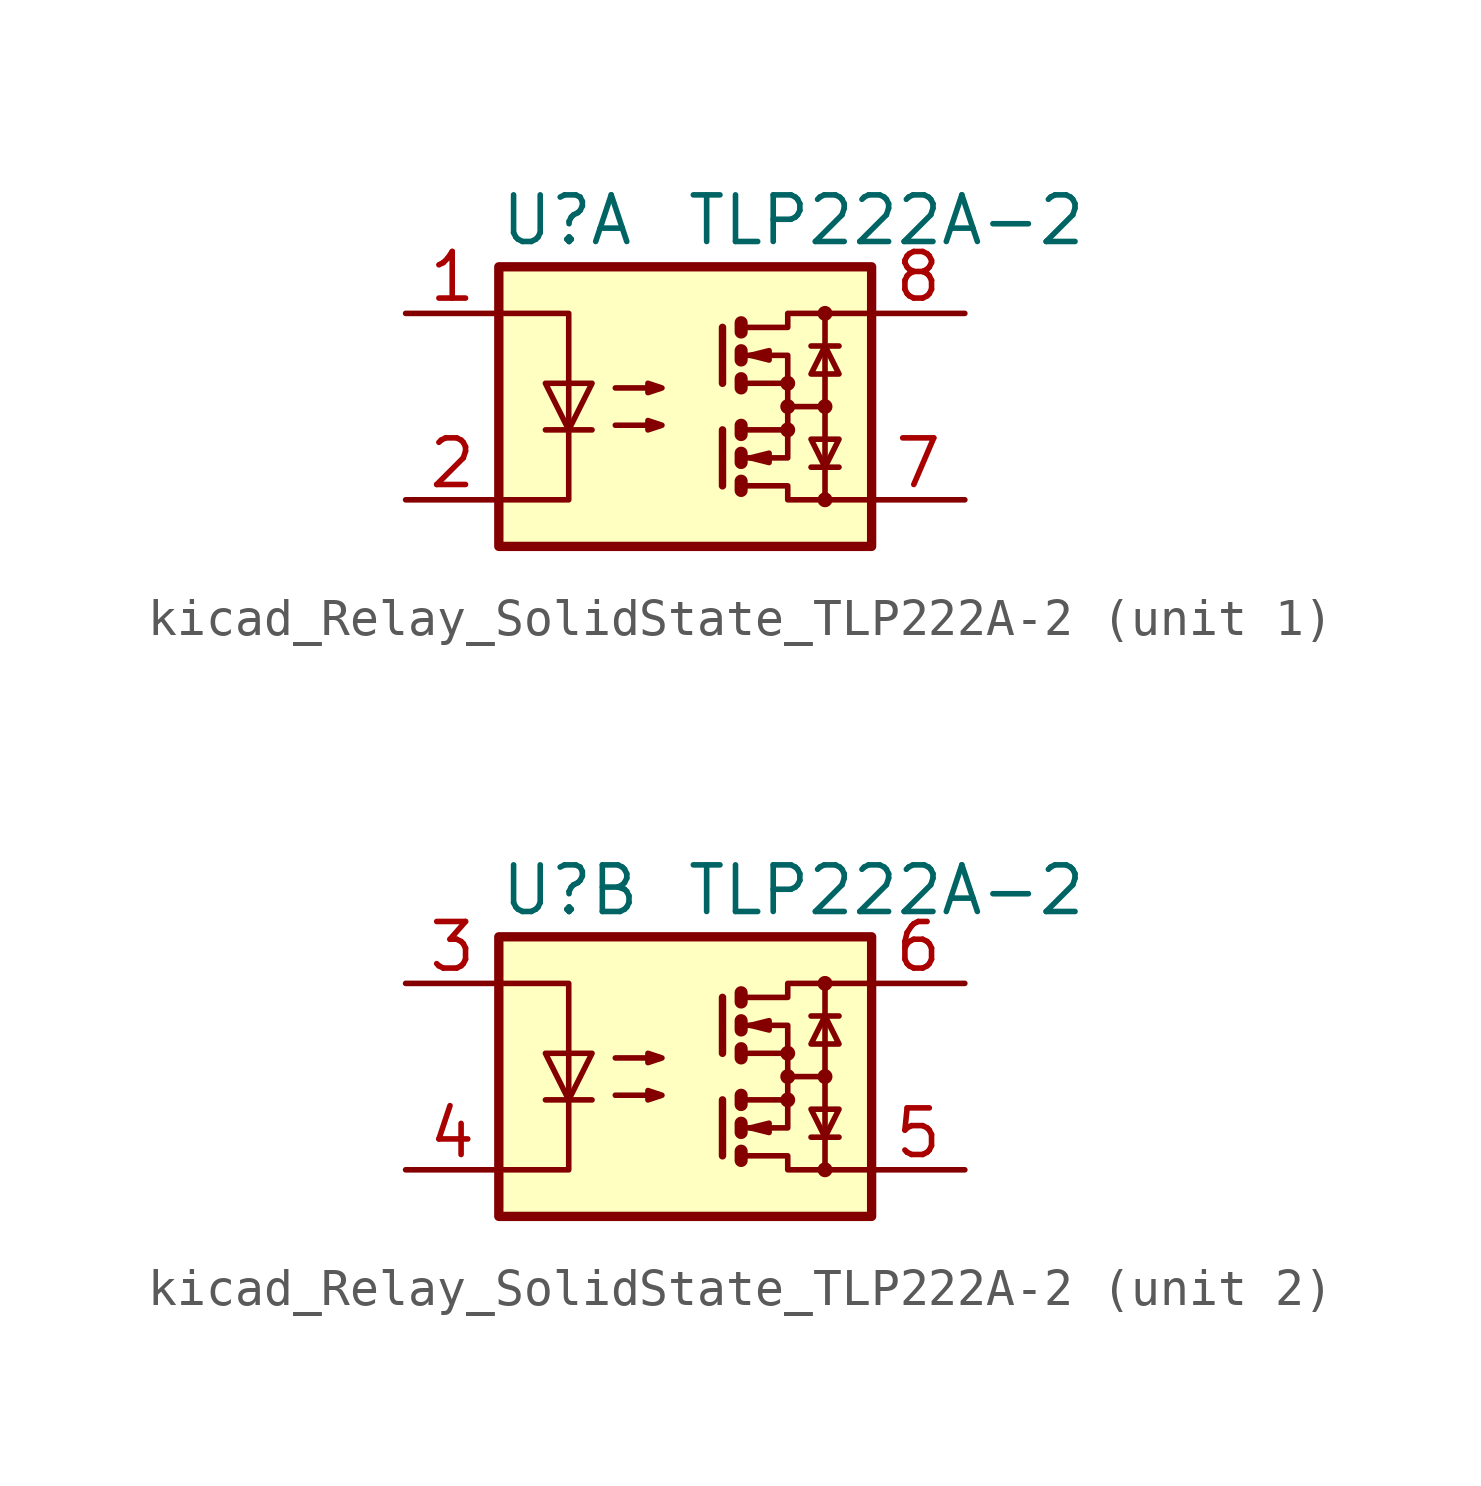
<source format=kicad_sym>
(kicad_symbol_lib
  (version 20220914)
  (generator kicad_symbol_editor)
  (symbol "kicad_Relay_SolidState_TLP222A-2"
    (property "Reference" "U"
      (at -5.08 5.08 0)
      (effects (font (size 1.27 1.27)) (justify left)))
    (property "Value" "TLP222A-2"
      (at 0 5.08 0)
      (effects (font (size 1.27 1.27)) (justify left)))
    (symbol "kicad_Relay_SolidState_TLP222A-2_0_1"
      (rectangle (start -5.08 3.81) (end 5.08 -3.81) (stroke (width 0.254) (type default)) (fill (type background)))
      (polyline (pts (xy -3.81 -0.635) (xy -2.54 -0.635)) (stroke (width 0) (type default)) (fill (type none)))
      (polyline (pts (xy 1.016 -0.635) (xy 1.016 -2.159)) (stroke (width 0.203) (type default)) (fill (type none)))
      (polyline (pts (xy 1.016 2.159) (xy 1.016 0.635)) (stroke (width 0.203) (type default)) (fill (type none)))
      (polyline (pts (xy 1.524 -0.508) (xy 1.524 -0.762)) (stroke (width 0.356) (type default)) (fill (type none)))
      (polyline (pts (xy 2.794 0) (xy 3.81 0)) (stroke (width 0) (type default)) (fill (type none)))
      (polyline (pts (xy 3.429 -1.651) (xy 4.191 -1.651)) (stroke (width 0) (type default)) (fill (type none)))
      (polyline (pts (xy 3.429 1.651) (xy 4.191 1.651)) (stroke (width 0) (type default)) (fill (type none)))
      (polyline (pts (xy 3.81 -2.54) (xy 3.81 2.54)) (stroke (width 0) (type default)) (fill (type none)))
      (polyline (pts (xy 1.524 -2.032) (xy 1.524 -2.286) (xy 1.524 -2.286)) (stroke (width 0.356) (type default)) (fill (type none)))
      (polyline (pts (xy 1.524 -1.27) (xy 1.524 -1.524) (xy 1.524 -1.524)) (stroke (width 0.356) (type default)) (fill (type none)))
      (polyline (pts (xy 1.524 0.762) (xy 1.524 0.508) (xy 1.524 0.508)) (stroke (width 0.356) (type default)) (fill (type none)))
      (polyline (pts (xy 1.524 1.524) (xy 1.524 1.27) (xy 1.524 1.27)) (stroke (width 0.356) (type default)) (fill (type none)))
      (polyline (pts (xy 1.524 2.286) (xy 1.524 2.032) (xy 1.524 2.032)) (stroke (width 0.356) (type default)) (fill (type none)))
      (polyline (pts (xy 1.651 -1.397) (xy 2.794 -1.397) (xy 2.794 -0.635)) (stroke (width 0) (type default)) (fill (type none)))
      (polyline (pts (xy 1.651 1.397) (xy 2.794 1.397) (xy 2.794 0.635)) (stroke (width 0) (type default)) (fill (type none)))
      (polyline (pts (xy -5.08 2.54) (xy -3.175 2.54) (xy -3.175 -2.54) (xy -5.08 -2.54)) (stroke (width 0) (type default)) (fill (type none)))
      (polyline (pts (xy -3.175 -0.635) (xy -3.81 0.635) (xy -2.54 0.635) (xy -3.175 -0.635)) (stroke (width 0) (type default)) (fill (type none)))
      (polyline (pts (xy 1.651 -2.159) (xy 2.794 -2.159) (xy 2.794 -2.54) (xy 5.08 -2.54)) (stroke (width 0) (type default)) (fill (type none)))
      (polyline (pts (xy 1.651 -0.635) (xy 2.794 -0.635) (xy 2.794 0.635) (xy 1.651 0.635)) (stroke (width 0) (type default)) (fill (type none)))
      (polyline (pts (xy 1.651 2.159) (xy 2.794 2.159) (xy 2.794 2.54) (xy 5.08 2.54)) (stroke (width 0) (type default)) (fill (type none)))
      (polyline (pts (xy 1.778 -1.397) (xy 2.286 -1.27) (xy 2.286 -1.524) (xy 1.778 -1.397)) (stroke (width 0) (type default)) (fill (type none)))
      (polyline (pts (xy 1.778 1.397) (xy 2.286 1.524) (xy 2.286 1.27) (xy 1.778 1.397)) (stroke (width 0) (type default)) (fill (type none)))
      (polyline (pts (xy 3.81 -1.651) (xy 3.429 -0.889) (xy 4.191 -0.889) (xy 3.81 -1.651)) (stroke (width 0) (type default)) (fill (type none)))
      (polyline (pts (xy 3.81 1.651) (xy 3.429 0.889) (xy 4.191 0.889) (xy 3.81 1.651)) (stroke (width 0) (type default)) (fill (type none)))
      (polyline (pts (xy -1.905 -0.508) (xy -0.635 -0.508) (xy -1.016 -0.635) (xy -1.016 -0.381) (xy -0.635 -0.508)) (stroke (width 0) (type default)) (fill (type none)))
      (polyline (pts (xy -1.905 0.508) (xy -0.635 0.508) (xy -1.016 0.381) (xy -1.016 0.635) (xy -0.635 0.508)) (stroke (width 0) (type default)) (fill (type none)))
      (circle (center 2.794 -0.635) (radius 0.127) (stroke (width 0) (type default)) (fill (type none)))
      (circle (center 2.794 0) (radius 0.127) (stroke (width 0) (type default)) (fill (type none)))
      (circle (center 2.794 0.635) (radius 0.127) (stroke (width 0) (type default)) (fill (type none)))
      (circle (center 3.81 -2.54) (radius 0.127) (stroke (width 0) (type default)) (fill (type none)))
      (circle (center 3.81 0) (radius 0.127) (stroke (width 0) (type default)) (fill (type none)))
      (circle (center 3.81 2.54) (radius 0.127) (stroke (width 0) (type default)) (fill (type none))))
    (symbol "kicad_Relay_SolidState_TLP222A-2_1_1"
      (pin passive line (at -7.62 2.54 0) (length 2.54) (name "~" (effects (font (size 1.27 1.27)))) (number "1" (effects (font (size 1.27 1.27)))))
      (pin passive line (at -7.62 -2.54 0) (length 2.54) (name "~" (effects (font (size 1.27 1.27)))) (number "2" (effects (font (size 1.27 1.27)))))
      (pin passive line (at 7.62 -2.54 180) (length 2.54) (name "~" (effects (font (size 1.27 1.27)))) (number "7" (effects (font (size 1.27 1.27)))))
      (pin passive line (at 7.62 2.54 180) (length 2.54) (name "~" (effects (font (size 1.27 1.27)))) (number "8" (effects (font (size 1.27 1.27))))))
    (symbol "kicad_Relay_SolidState_TLP222A-2_2_1"
      (pin passive line (at -7.62 2.54 0) (length 2.54) (name "~" (effects (font (size 1.27 1.27)))) (number "3" (effects (font (size 1.27 1.27)))))
      (pin passive line (at -7.62 -2.54 0) (length 2.54) (name "~" (effects (font (size 1.27 1.27)))) (number "4" (effects (font (size 1.27 1.27)))))
      (pin passive line (at 7.62 -2.54 180) (length 2.54) (name "~" (effects (font (size 1.27 1.27)))) (number "5" (effects (font (size 1.27 1.27)))))
      (pin passive line (at 7.62 2.54 180) (length 2.54) (name "~" (effects (font (size 1.27 1.27)))) (number "6" (effects (font (size 1.27 1.27))))))))
</source>
